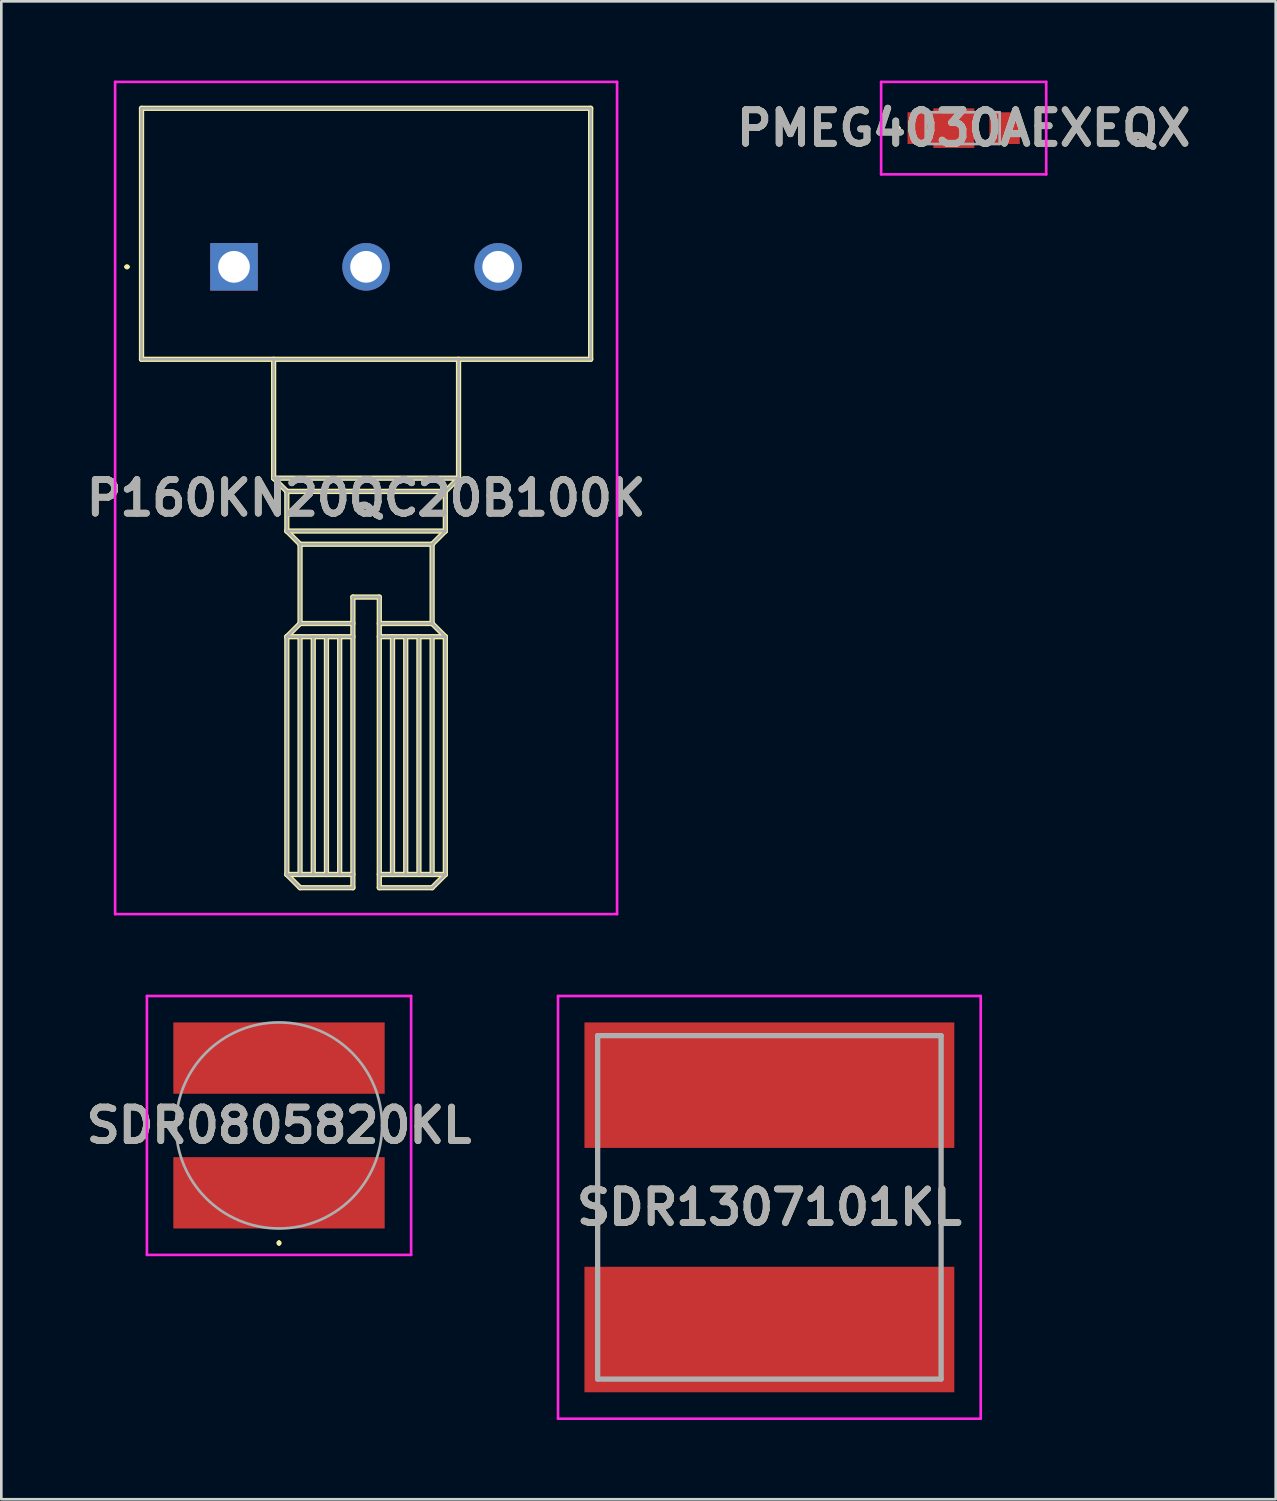
<source format=kicad_pcb>
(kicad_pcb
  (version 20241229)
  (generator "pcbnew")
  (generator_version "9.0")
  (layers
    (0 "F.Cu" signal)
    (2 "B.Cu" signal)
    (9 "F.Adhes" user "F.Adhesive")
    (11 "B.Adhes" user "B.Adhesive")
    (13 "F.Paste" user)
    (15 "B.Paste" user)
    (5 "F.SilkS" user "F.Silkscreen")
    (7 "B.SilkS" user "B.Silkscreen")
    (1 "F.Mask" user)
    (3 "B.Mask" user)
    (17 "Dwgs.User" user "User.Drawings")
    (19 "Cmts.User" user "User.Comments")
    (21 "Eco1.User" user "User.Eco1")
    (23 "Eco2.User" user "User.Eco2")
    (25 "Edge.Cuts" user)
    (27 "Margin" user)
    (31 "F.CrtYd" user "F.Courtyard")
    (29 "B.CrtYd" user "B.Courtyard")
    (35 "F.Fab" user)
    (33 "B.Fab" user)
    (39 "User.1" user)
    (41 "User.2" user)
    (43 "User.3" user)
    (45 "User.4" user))
  (footprint "P160KN20QC20B100K"
    (layer "F.Cu")
    (at 5.807 7.05)
    (property "Reference" "P160KN20QC20B100K" (at 5 8.75 0) (layer "F.SilkS") (effects (font (size 1.27 1.27) (thickness 0.254))))
    (attr through_hole)
    (fp_line (start -4.1 0) (end -4.1 0) (stroke (width 0.1) (type solid)) (layer "F.SilkS"))
    (fp_line (start -4 0) (end -4 0) (stroke (width 0.1) (type solid)) (layer "F.SilkS"))
    (fp_line (start -3.5 -6) (end 13.5 -6) (stroke (width 0.2) (type solid)) (layer "F.SilkS"))
    (fp_line (start -3.5 3.5) (end -3.5 -6) (stroke (width 0.2) (type solid)) (layer "F.SilkS"))
    (fp_line (start 1.5 3.5) (end 1.5 8) (stroke (width 0.2) (type solid)) (layer "F.SilkS"))
    (fp_line (start 1.5 8) (end 2 8.5) (stroke (width 0.2) (type solid)) (layer "F.SilkS"))
    (fp_line (start 1.5 8) (end 8.5 8) (stroke (width 0.2) (type solid)) (layer "F.SilkS"))
    (fp_line (start 2 8.5) (end 8 8.5) (stroke (width 0.2) (type solid)) (layer "F.SilkS"))
    (fp_line (start 2 10) (end 2 8.5) (stroke (width 0.2) (type solid)) (layer "F.SilkS"))
    (fp_line (start 2 10) (end 8 10) (stroke (width 0.2) (type solid)) (layer "F.SilkS"))
    (fp_line (start 2 14) (end 2 23) (stroke (width 0.2) (type solid)) (layer "F.SilkS"))
    (fp_line (start 2 14) (end 4.5 14) (stroke (width 0.2) (type solid)) (layer "F.SilkS"))
    (fp_line (start 2 23) (end 2.5 23.5) (stroke (width 0.2) (type solid)) (layer "F.SilkS"))
    (fp_line (start 2 23) (end 4.5 23) (stroke (width 0.2) (type solid)) (layer "F.SilkS"))
    (fp_line (start 2.5 10.5) (end 2 10) (stroke (width 0.2) (type solid)) (layer "F.SilkS"))
    (fp_line (start 2.5 10.5) (end 2.5 13.5) (stroke (width 0.2) (type solid)) (layer "F.SilkS"))
    (fp_line (start 2.5 13.5) (end 2 14) (stroke (width 0.2) (type solid)) (layer "F.SilkS"))
    (fp_line (start 2.5 13.5) (end 4.5 13.5) (stroke (width 0.2) (type solid)) (layer "F.SilkS"))
    (fp_line (start 2.5 14) (end 2.5 23) (stroke (width 0.2) (type solid)) (layer "F.SilkS"))
    (fp_line (start 2.5 23.5) (end 4.5 23.5) (stroke (width 0.2) (type solid)) (layer "F.SilkS"))
    (fp_line (start 3 14) (end 3 23) (stroke (width 0.2) (type solid)) (layer "F.SilkS"))
    (fp_line (start 3.5 14) (end 3.5 23) (stroke (width 0.2) (type solid)) (layer "F.SilkS"))
    (fp_line (start 4 14) (end 4 23) (stroke (width 0.2) (type solid)) (layer "F.SilkS"))
    (fp_line (start 4.5 12.5) (end 5.5 12.5) (stroke (width 0.2) (type solid)) (layer "F.SilkS"))
    (fp_line (start 4.5 23.5) (end 4.5 12.5) (stroke (width 0.2) (type solid)) (layer "F.SilkS"))
    (fp_line (start 5.5 12.5) (end 5.5 23.5) (stroke (width 0.2) (type solid)) (layer "F.SilkS"))
    (fp_line (start 5.5 14) (end 8 14) (stroke (width 0.2) (type solid)) (layer "F.SilkS"))
    (fp_line (start 5.5 23) (end 8 23) (stroke (width 0.2) (type solid)) (layer "F.SilkS"))
    (fp_line (start 5.5 23.5) (end 7.5 23.5) (stroke (width 0.2) (type solid)) (layer "F.SilkS"))
    (fp_line (start 6 14) (end 6 23) (stroke (width 0.2) (type solid)) (layer "F.SilkS"))
    (fp_line (start 6.5 14) (end 6.5 23) (stroke (width 0.2) (type solid)) (layer "F.SilkS"))
    (fp_line (start 7 14) (end 7 23) (stroke (width 0.2) (type solid)) (layer "F.SilkS"))
    (fp_line (start 7.5 10.5) (end 2.5 10.5) (stroke (width 0.2) (type solid)) (layer "F.SilkS"))
    (fp_line (start 7.5 13.5) (end 5.5 13.5) (stroke (width 0.2) (type solid)) (layer "F.SilkS"))
    (fp_line (start 7.5 13.5) (end 7.5 10.5) (stroke (width 0.2) (type solid)) (layer "F.SilkS"))
    (fp_line (start 7.5 14) (end 7.5 23) (stroke (width 0.2) (type solid)) (layer "F.SilkS"))
    (fp_line (start 7.5 23.5) (end 8 23) (stroke (width 0.2) (type solid)) (layer "F.SilkS"))
    (fp_line (start 8 8.5) (end 8 10) (stroke (width 0.2) (type solid)) (layer "F.SilkS"))
    (fp_line (start 8 8.5) (end 8.5 8) (stroke (width 0.2) (type solid)) (layer "F.SilkS"))
    (fp_line (start 8 10) (end 7.5 10.5) (stroke (width 0.2) (type solid)) (layer "F.SilkS"))
    (fp_line (start 8 14) (end 7.5 13.5) (stroke (width 0.2) (type solid)) (layer "F.SilkS"))
    (fp_line (start 8 23) (end 8 14) (stroke (width 0.2) (type solid)) (layer "F.SilkS"))
    (fp_line (start 8.5 8) (end 8.5 3.5) (stroke (width 0.2) (type solid)) (layer "F.SilkS"))
    (fp_line (start 13.5 -6) (end 13.5 3.5) (stroke (width 0.2) (type solid)) (layer "F.SilkS"))
    (fp_line (start 13.5 3.5) (end -3.5 3.5) (stroke (width 0.2) (type solid)) (layer "F.SilkS"))
    (fp_arc (start -4.1 0) (mid -4.05 -0.05) (end -4 0) (stroke (width 0.1) (type solid)) (layer "F.SilkS"))
    (fp_arc (start -4 0) (mid -4.05 0.05) (end -4.1 0) (stroke (width 0.1) (type solid)) (layer "F.SilkS"))
    (fp_line (start -4.5 -7) (end 14.5 -7) (stroke (width 0.1) (type solid)) (layer "F.CrtYd"))
    (fp_line (start -4.5 24.5) (end -4.5 -7) (stroke (width 0.1) (type solid)) (layer "F.CrtYd"))
    (fp_line (start 14.5 -7) (end 14.5 24.5) (stroke (width 0.1) (type solid)) (layer "F.CrtYd"))
    (fp_line (start 14.5 24.5) (end -4.5 24.5) (stroke (width 0.1) (type solid)) (layer "F.CrtYd"))
    (fp_line (start -3.5 -6) (end 13.5 -6) (stroke (width 0.1) (type solid)) (layer "F.Fab"))
    (fp_line (start -3.5 3.5) (end -3.5 -6) (stroke (width 0.1) (type solid)) (layer "F.Fab"))
    (fp_line (start 1.5 8) (end 1.5 3.5) (stroke (width 0.1) (type solid)) (layer "F.Fab"))
    (fp_line (start 1.5 8) (end 8.5 8) (stroke (width 0.1) (type solid)) (layer "F.Fab"))
    (fp_line (start 2 8.5) (end 1.5 8) (stroke (width 0.1) (type solid)) (layer "F.Fab"))
    (fp_line (start 2 10) (end 2 8.5) (stroke (width 0.1) (type solid)) (layer "F.Fab"))
    (fp_line (start 2 10) (end 8 10) (stroke (width 0.1) (type solid)) (layer "F.Fab"))
    (fp_line (start 2 14) (end 2.5 13.5) (stroke (width 0.1) (type solid)) (layer "F.Fab"))
    (fp_line (start 2 14) (end 4.5 14) (stroke (width 0.1) (type solid)) (layer "F.Fab"))
    (fp_line (start 2 23) (end 2 14) (stroke (width 0.1) (type solid)) (layer "F.Fab"))
    (fp_line (start 2 23) (end 4.5 23) (stroke (width 0.1) (type solid)) (layer "F.Fab"))
    (fp_line (start 2.5 10.5) (end 2 10) (stroke (width 0.1) (type solid)) (layer "F.Fab"))
    (fp_line (start 2.5 13.5) (end 2.5 10.5) (stroke (width 0.1) (type solid)) (layer "F.Fab"))
    (fp_line (start 2.5 14) (end 2.5 23) (stroke (width 0.1) (type solid)) (layer "F.Fab"))
    (fp_line (start 2.5 23.5) (end 2 23) (stroke (width 0.1) (type solid)) (layer "F.Fab"))
    (fp_line (start 3 14) (end 3 23) (stroke (width 0.1) (type solid)) (layer "F.Fab"))
    (fp_line (start 3.5 14) (end 3.5 23) (stroke (width 0.1) (type solid)) (layer "F.Fab"))
    (fp_line (start 4 14) (end 4 23) (stroke (width 0.1) (type solid)) (layer "F.Fab"))
    (fp_line (start 4.5 12.5) (end 4.5 23.5) (stroke (width 0.1) (type solid)) (layer "F.Fab"))
    (fp_line (start 4.5 13.5) (end 2.5 13.5) (stroke (width 0.1) (type solid)) (layer "F.Fab"))
    (fp_line (start 4.5 23.5) (end 2.5 23.5) (stroke (width 0.1) (type solid)) (layer "F.Fab"))
    (fp_line (start 5.5 12.5) (end 4.5 12.5) (stroke (width 0.1) (type solid)) (layer "F.Fab"))
    (fp_line (start 5.5 13.5) (end 7.5 13.5) (stroke (width 0.1) (type solid)) (layer "F.Fab"))
    (fp_line (start 5.5 14) (end 8 14) (stroke (width 0.1) (type solid)) (layer "F.Fab"))
    (fp_line (start 5.5 23) (end 8 23) (stroke (width 0.1) (type solid)) (layer "F.Fab"))
    (fp_line (start 5.5 23.5) (end 5.5 12.5) (stroke (width 0.1) (type solid)) (layer "F.Fab"))
    (fp_line (start 6 14) (end 6 23) (stroke (width 0.1) (type solid)) (layer "F.Fab"))
    (fp_line (start 6.5 14) (end 6.5 23) (stroke (width 0.1) (type solid)) (layer "F.Fab"))
    (fp_line (start 7 14) (end 7 23) (stroke (width 0.1) (type solid)) (layer "F.Fab"))
    (fp_line (start 7.5 10.5) (end 2.5 10.5) (stroke (width 0.1) (type solid)) (layer "F.Fab"))
    (fp_line (start 7.5 10.5) (end 7.5 13.5) (stroke (width 0.1) (type solid)) (layer "F.Fab"))
    (fp_line (start 7.5 13.5) (end 8 14) (stroke (width 0.1) (type solid)) (layer "F.Fab"))
    (fp_line (start 7.5 14) (end 7.5 23) (stroke (width 0.1) (type solid)) (layer "F.Fab"))
    (fp_line (start 7.5 23.5) (end 5.5 23.5) (stroke (width 0.1) (type solid)) (layer "F.Fab"))
    (fp_line (start 8 8.5) (end 2 8.5) (stroke (width 0.1) (type solid)) (layer "F.Fab"))
    (fp_line (start 8 8.5) (end 8 10) (stroke (width 0.1) (type solid)) (layer "F.Fab"))
    (fp_line (start 8 10) (end 7.5 10.5) (stroke (width 0.1) (type solid)) (layer "F.Fab"))
    (fp_line (start 8 14) (end 8 23) (stroke (width 0.1) (type solid)) (layer "F.Fab"))
    (fp_line (start 8 23) (end 7.5 23.5) (stroke (width 0.1) (type solid)) (layer "F.Fab"))
    (fp_line (start 8.5 3.5) (end 8.5 8) (stroke (width 0.1) (type solid)) (layer "F.Fab"))
    (fp_line (start 8.5 8) (end 8 8.5) (stroke (width 0.1) (type solid)) (layer "F.Fab"))
    (fp_line (start 13.5 -6) (end 13.5 3.5) (stroke (width 0.1) (type solid)) (layer "F.Fab"))
    (fp_line (start 13.5 3.5) (end -3.5 3.5) (stroke (width 0.1) (type solid)) (layer "F.Fab"))
    (fp_text user "${REFERENCE}" (at 5 8.75 0) (layer "F.Fab") (effects (font (size 1.27 1.27) (thickness 0.254))))
    (pad "1" thru_hole rect (at 0 0) (size 1.8 1.8) (drill 1.2) (layers "*.Cu" "*.Mask"))
    (pad "2" thru_hole circle (at 5 0) (size 1.8 1.8) (drill 1.2) (layers "*.Cu" "*.Mask"))
    (pad "3" thru_hole circle (at 10 0) (size 1.8 1.8) (drill 1.2) (layers "*.Cu" "*.Mask")))
  (footprint "SDR1307101KL"
    (layer "F.Cu")
    (at 26.072 42.65)
    (property "Reference" "SDR1307101KL" (at 0 0 0) (layer "F.SilkS") (effects (font (size 1.27 1.27) (thickness 0.254))))
    (attr smd)
    (fp_line (start -6.5 -1.5) (end -6.5 1.5) (stroke (width 0.1) (type solid)) (layer "F.SilkS"))
    (fp_line (start 6.5 -1.5) (end 6.5 1.5) (stroke (width 0.1) (type solid)) (layer "F.SilkS"))
    (fp_line (start -8 -8) (end 8 -8) (stroke (width 0.1) (type solid)) (layer "F.CrtYd"))
    (fp_line (start -8 8) (end -8 -8) (stroke (width 0.1) (type solid)) (layer "F.CrtYd"))
    (fp_line (start 8 -8) (end 8 8) (stroke (width 0.1) (type solid)) (layer "F.CrtYd"))
    (fp_line (start 8 8) (end -8 8) (stroke (width 0.1) (type solid)) (layer "F.CrtYd"))
    (fp_line (start -6.5 -6.5) (end 6.5 -6.5) (stroke (width 0.2) (type solid)) (layer "F.Fab"))
    (fp_line (start -6.5 6.5) (end -6.5 -6.5) (stroke (width 0.2) (type solid)) (layer "F.Fab"))
    (fp_line (start 6.5 -6.5) (end 6.5 6.5) (stroke (width 0.2) (type solid)) (layer "F.Fab"))
    (fp_line (start 6.5 6.5) (end -6.5 6.5) (stroke (width 0.2) (type solid)) (layer "F.Fab"))
    (fp_text user "${REFERENCE}" (at 0 0 0) (layer "F.Fab") (effects (font (size 1.27 1.27) (thickness 0.254))))
    (pad "1" smd rect (at 0 -4.625 90) (size 4.75 14) (layers "F.Cu" "F.Mask" "F.Paste"))
    (pad "2" smd rect (at 0 4.625 90) (size 4.75 14) (layers "F.Cu" "F.Mask" "F.Paste")))
  (footprint "SDR0805820KL"
    (layer "F.Cu")
    (at 7.511 39.55)
    (property "Reference" "SDR0805820KL" (at 0 0 0) (layer "F.SilkS") (effects (font (size 1.27 1.27) (thickness 0.254))))
    (attr smd)
    (fp_line (start 0 4.4) (end 0 4.4) (stroke (width 0.1) (type solid)) (layer "F.SilkS"))
    (fp_line (start 0 4.5) (end 0 4.5) (stroke (width 0.1) (type solid)) (layer "F.SilkS"))
    (fp_arc (start 0 4.4) (mid 0.05 4.45) (end 0 4.5) (stroke (width 0.1) (type solid)) (layer "F.SilkS"))
    (fp_arc (start 0 4.5) (mid -0.05 4.45) (end 0 4.4) (stroke (width 0.1) (type solid)) (layer "F.SilkS"))
    (fp_line (start -5 -4.9) (end 5 -4.9) (stroke (width 0.1) (type solid)) (layer "F.CrtYd"))
    (fp_line (start -5 4.9) (end -5 -4.9) (stroke (width 0.1) (type solid)) (layer "F.CrtYd"))
    (fp_line (start 5 -4.9) (end 5 4.9) (stroke (width 0.1) (type solid)) (layer "F.CrtYd"))
    (fp_line (start 5 4.9) (end -5 4.9) (stroke (width 0.1) (type solid)) (layer "F.CrtYd"))
    (fp_line (start -3.9 0) (end -3.9 0) (stroke (width 0.1) (type solid)) (layer "F.Fab"))
    (fp_line (start 3.9 0) (end 3.9 0) (stroke (width 0.1) (type solid)) (layer "F.Fab"))
    (fp_arc (start -3.9 0) (mid 0 -3.9) (end 3.9 0) (stroke (width 0.1) (type solid)) (layer "F.Fab"))
    (fp_arc (start 3.9 0) (mid 0 3.9) (end -3.9 0) (stroke (width 0.1) (type solid)) (layer "F.Fab"))
    (fp_text user "${REFERENCE}" (at 0 0 0) (layer "F.Fab") (effects (font (size 1.27 1.27) (thickness 0.254))))
    (pad "1" smd rect (at 0 2.55 90) (size 2.7 8) (layers "F.Cu" "F.Mask" "F.Paste"))
    (pad "2" smd rect (at 0 -2.55 90) (size 2.7 8) (layers "F.Cu" "F.Mask" "F.Paste")))
  (footprint "PMEG4030AEXEQX"
    (layer "F.Cu")
    (at 33.389 1.8)
    (property "Reference" "PMEG4030AEXEQX" (at 0.037 0 0) (layer "F.SilkS") (effects (font (size 1.27 1.27) (thickness 0.254))))
    (attr smd)
    (fp_line (start -2.5 0) (end -2.5 0) (stroke (width 0.1) (type solid)) (layer "F.SilkS"))
    (fp_line (start -2.4 0) (end -2.4 0) (stroke (width 0.1) (type solid)) (layer "F.SilkS"))
    (fp_arc (start -2.5 0) (mid -2.45 -0.05) (end -2.4 0) (stroke (width 0.1) (type solid)) (layer "F.SilkS"))
    (fp_arc (start -2.4 0) (mid -2.45 0.05) (end -2.5 0) (stroke (width 0.1) (type solid)) (layer "F.SilkS"))
    (fp_line (start -3.087 -1.75) (end 3.162 -1.75) (stroke (width 0.1) (type solid)) (layer "F.CrtYd"))
    (fp_line (start -3.087 1.75) (end -3.087 -1.75) (stroke (width 0.1) (type solid)) (layer "F.CrtYd"))
    (fp_line (start 3.162 -1.75) (end 3.162 1.75) (stroke (width 0.1) (type solid)) (layer "F.CrtYd"))
    (fp_line (start 3.162 1.75) (end -3.087 1.75) (stroke (width 0.1) (type solid)) (layer "F.CrtYd"))
    (fp_line (start -1.4 -0.6) (end 1.4 -0.6) (stroke (width 0.1) (type solid)) (layer "F.Fab"))
    (fp_line (start -1.4 0.6) (end -1.4 -0.6) (stroke (width 0.1) (type solid)) (layer "F.Fab"))
    (fp_line (start 1.4 -0.6) (end 1.4 0.6) (stroke (width 0.1) (type solid)) (layer "F.Fab"))
    (fp_line (start 1.4 0.6) (end -1.4 0.6) (stroke (width 0.1) (type solid)) (layer "F.Fab"))
    (fp_text user "${REFERENCE}" (at 0.037 0 0) (layer "F.Fab") (effects (font (size 1.27 1.27) (thickness 0.254))))
    (pad "1" smd rect (at -1.587 0) (size 1 1.2) (layers "F.Cu" "F.Mask" "F.Paste"))
    (pad "2" smd rect (at 1.587 0) (size 1.15 1.2) (layers "F.Cu" "F.Mask" "F.Paste"))
    (pad "3" smd rect (at -0.337 0 90) (size 1.5 1.55) (layers "F.Cu" "F.Mask" "F.Paste")))
  (gr_rect
    (start -3 -3)
    (end 45.237 53.7)
    (stroke (width 0.1) (type default))
    (fill no)
    (layer "Edge.Cuts")))
</source>
